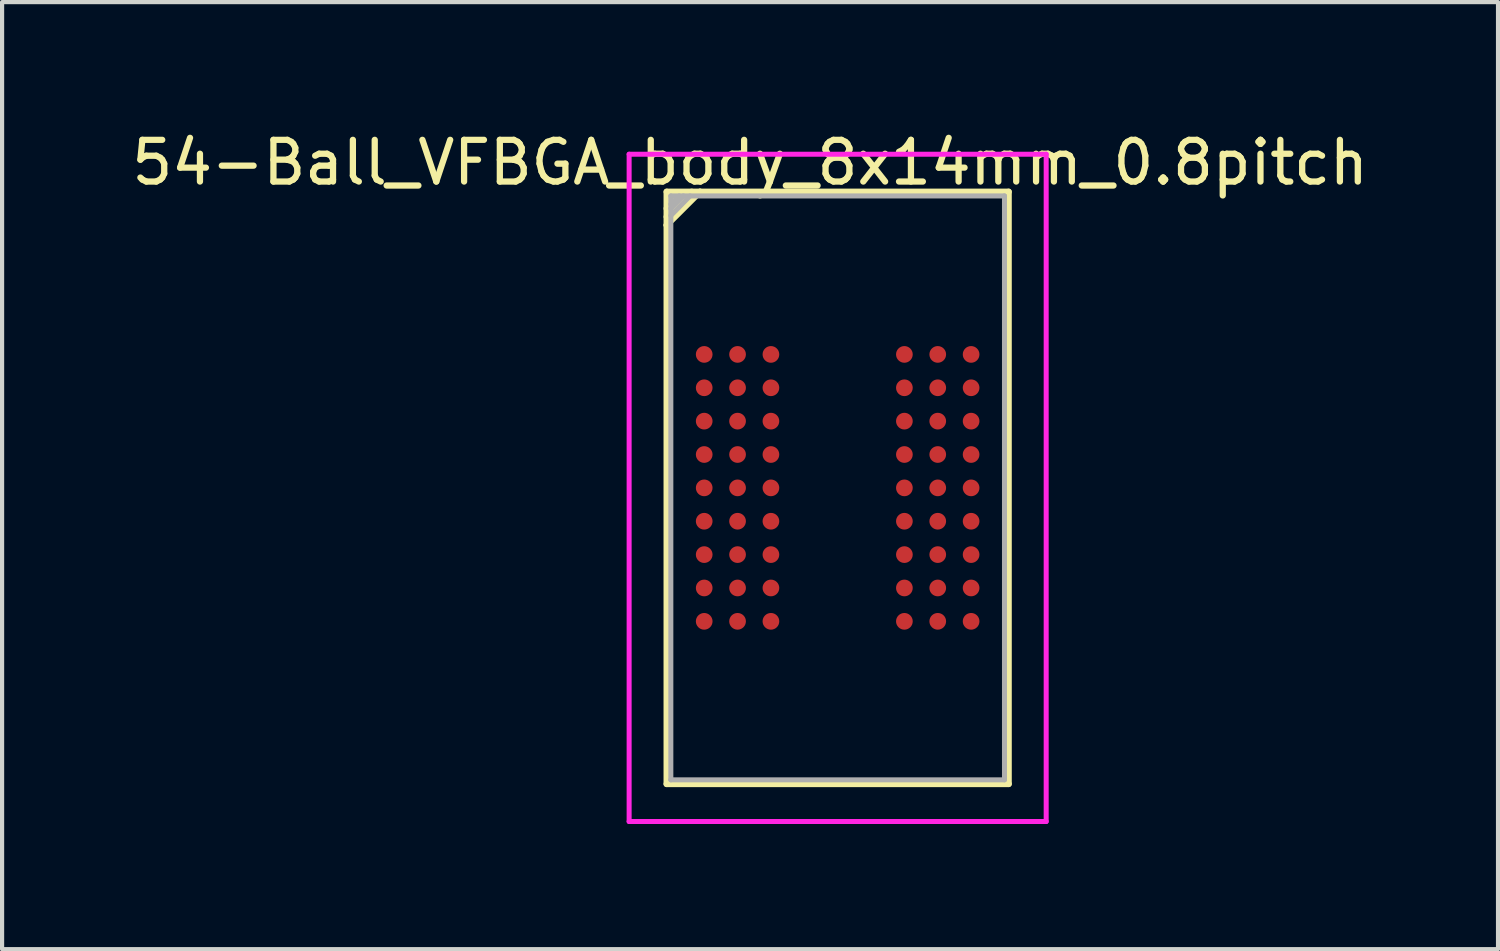
<source format=kicad_pcb>
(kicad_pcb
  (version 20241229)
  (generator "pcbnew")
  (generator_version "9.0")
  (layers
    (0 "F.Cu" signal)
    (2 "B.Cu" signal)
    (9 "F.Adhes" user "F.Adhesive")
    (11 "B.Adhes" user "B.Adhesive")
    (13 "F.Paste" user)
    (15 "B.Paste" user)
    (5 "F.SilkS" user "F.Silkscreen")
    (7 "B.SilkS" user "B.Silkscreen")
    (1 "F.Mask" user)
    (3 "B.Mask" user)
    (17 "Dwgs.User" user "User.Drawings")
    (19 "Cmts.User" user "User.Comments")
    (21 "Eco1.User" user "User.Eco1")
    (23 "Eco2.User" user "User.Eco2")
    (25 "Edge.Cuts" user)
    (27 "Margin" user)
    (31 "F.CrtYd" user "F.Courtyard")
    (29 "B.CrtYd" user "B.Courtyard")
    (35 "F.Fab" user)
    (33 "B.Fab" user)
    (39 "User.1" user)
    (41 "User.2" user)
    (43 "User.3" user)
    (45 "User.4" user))
  (footprint "54-Ball_VFBGA_body_8x14mm_0.8pitch"
    (layer "F.Cu")
    (at 17.035 8.648)
    (property "Reference" "54-Ball_VFBGA_body_8x14mm_0.8pitch" (at -2.1 -7.8 0) (layer "F.SilkS") (effects (font (size 1 1) (thickness 0.15))))
    (attr smd)
    (fp_line (start -4.1 -7.1) (end -3.3 -7.1) (stroke (width 0.15) (type solid)) (layer "F.SilkS"))
    (fp_line (start -4.1 -6.7) (end -3.7 -7) (stroke (width 0.15) (type solid)) (layer "F.SilkS"))
    (fp_line (start -4.1 -6.5) (end -3.5 -7.1) (stroke (width 0.15) (type solid)) (layer "F.SilkS"))
    (fp_line (start -4.1 -6.3) (end -4.1 -7.1) (stroke (width 0.15) (type solid)) (layer "F.SilkS"))
    (fp_line (start -4.1 -6.3) (end -3.3 -7.1) (stroke (width 0.15) (type solid)) (layer "F.SilkS"))
    (fp_line (start -4.1 7.1) (end -4.1 -6.3) (stroke (width 0.15) (type solid)) (layer "F.SilkS"))
    (fp_line (start -3.9 -7) (end -4 -6.9) (stroke (width 0.2) (type solid)) (layer "F.SilkS"))
    (fp_line (start -3.3 -7.1) (end 4.1 -7.1) (stroke (width 0.15) (type solid)) (layer "F.SilkS"))
    (fp_line (start 4.1 -7.1) (end 4.1 7.1) (stroke (width 0.15) (type solid)) (layer "F.SilkS"))
    (fp_line (start 4.1 7.1) (end -4.1 7.1) (stroke (width 0.15) (type solid)) (layer "F.SilkS"))
    (fp_line (start -5 -8) (end 5 -8) (stroke (width 0.12) (type solid)) (layer "F.CrtYd"))
    (fp_line (start -5 8) (end -5 -8) (stroke (width 0.12) (type solid)) (layer "F.CrtYd"))
    (fp_line (start 5 -8) (end 5 8) (stroke (width 0.12) (type solid)) (layer "F.CrtYd"))
    (fp_line (start 5 8) (end -5 8) (stroke (width 0.12) (type solid)) (layer "F.CrtYd"))
    (fp_line (start -4 -7) (end -4 7) (stroke (width 0.12) (type solid)) (layer "F.Fab"))
    (fp_line (start -4 -7) (end 4 -7) (stroke (width 0.12) (type solid)) (layer "F.Fab"))
    (fp_line (start -4 -6.7) (end -3.7 -7) (stroke (width 0.12) (type solid)) (layer "F.Fab"))
    (fp_line (start -4 -6.53) (end -3.54 -7) (stroke (width 0.12) (type solid)) (layer "F.Fab"))
    (fp_line (start -4 7) (end 4 7) (stroke (width 0.12) (type solid)) (layer "F.Fab"))
    (fp_line (start -3.8 -7) (end -4 -6.8) (stroke (width 0.12) (type solid)) (layer "F.Fab"))
    (fp_line (start 4 -7) (end 4 7) (stroke (width 0.12) (type solid)) (layer "F.Fab"))
    (pad "A1" smd circle (at -3.2 -3.2) (size 0.4 0.4) (layers "F.Cu" "F.Mask" "F.Paste"))
    (pad "A2" smd circle (at -2.4 -3.2) (size 0.4 0.4) (layers "F.Cu" "F.Mask" "F.Paste"))
    (pad "A3" smd circle (at -1.6 -3.2) (size 0.4 0.4) (layers "F.Cu" "F.Mask" "F.Paste"))
    (pad "A7" smd circle (at 1.6 -3.2) (size 0.4 0.4) (layers "F.Cu" "F.Mask" "F.Paste"))
    (pad "A8" smd circle (at 2.4 -3.2) (size 0.4 0.4) (layers "F.Cu" "F.Mask" "F.Paste"))
    (pad "A9" smd circle (at 3.2 -3.2) (size 0.4 0.4) (layers "F.Cu" "F.Mask" "F.Paste"))
    (pad "B1" smd circle (at -3.2 -2.4) (size 0.4 0.4) (layers "F.Cu" "F.Mask" "F.Paste"))
    (pad "B2" smd circle (at -2.4 -2.4) (size 0.4 0.4) (layers "F.Cu" "F.Mask" "F.Paste"))
    (pad "B3" smd circle (at -1.6 -2.4) (size 0.4 0.4) (layers "F.Cu" "F.Mask" "F.Paste"))
    (pad "B7" smd circle (at 1.6 -2.4) (size 0.4 0.4) (layers "F.Cu" "F.Mask" "F.Paste"))
    (pad "B8" smd circle (at 2.4 -2.4) (size 0.4 0.4) (layers "F.Cu" "F.Mask" "F.Paste"))
    (pad "B9" smd circle (at 3.2 -2.4) (size 0.4 0.4) (layers "F.Cu" "F.Mask" "F.Paste"))
    (pad "C1" smd circle (at -3.2 -1.6) (size 0.4 0.4) (layers "F.Cu" "F.Mask" "F.Paste"))
    (pad "C2" smd circle (at -2.4 -1.6) (size 0.4 0.4) (layers "F.Cu" "F.Mask" "F.Paste"))
    (pad "C3" smd circle (at -1.6 -1.6) (size 0.4 0.4) (layers "F.Cu" "F.Mask" "F.Paste"))
    (pad "C7" smd circle (at 1.6 -1.6) (size 0.4 0.4) (layers "F.Cu" "F.Mask" "F.Paste"))
    (pad "C8" smd circle (at 2.4 -1.6) (size 0.4 0.4) (layers "F.Cu" "F.Mask" "F.Paste"))
    (pad "C9" smd circle (at 3.2 -1.6) (size 0.4 0.4) (layers "F.Cu" "F.Mask" "F.Paste"))
    (pad "D1" smd circle (at -3.2 -0.8) (size 0.4 0.4) (layers "F.Cu" "F.Mask" "F.Paste"))
    (pad "D2" smd circle (at -2.4 -0.8) (size 0.4 0.4) (layers "F.Cu" "F.Mask" "F.Paste"))
    (pad "D3" smd circle (at -1.6 -0.8) (size 0.4 0.4) (layers "F.Cu" "F.Mask" "F.Paste"))
    (pad "D7" smd circle (at 1.6 -0.8) (size 0.4 0.4) (layers "F.Cu" "F.Mask" "F.Paste"))
    (pad "D8" smd circle (at 2.4 -0.8) (size 0.4 0.4) (layers "F.Cu" "F.Mask" "F.Paste"))
    (pad "D9" smd circle (at 3.2 -0.8) (size 0.4 0.4) (layers "F.Cu" "F.Mask" "F.Paste"))
    (pad "E1" smd circle (at -3.2 0) (size 0.4 0.4) (layers "F.Cu" "F.Mask" "F.Paste"))
    (pad "E2" smd circle (at -2.4 0) (size 0.4 0.4) (layers "F.Cu" "F.Mask" "F.Paste"))
    (pad "E3" smd circle (at -1.6 0) (size 0.4 0.4) (layers "F.Cu" "F.Mask" "F.Paste"))
    (pad "E7" smd circle (at 1.6 0) (size 0.4 0.4) (layers "F.Cu" "F.Mask" "F.Paste"))
    (pad "E8" smd circle (at 2.4 0) (size 0.4 0.4) (layers "F.Cu" "F.Mask" "F.Paste"))
    (pad "E9" smd circle (at 3.2 0) (size 0.4 0.4) (layers "F.Cu" "F.Mask" "F.Paste"))
    (pad "F1" smd circle (at -3.2 0.8) (size 0.4 0.4) (layers "F.Cu" "F.Mask" "F.Paste"))
    (pad "F2" smd circle (at -2.4 0.8) (size 0.4 0.4) (layers "F.Cu" "F.Mask" "F.Paste"))
    (pad "F3" smd circle (at -1.6 0.8) (size 0.4 0.4) (layers "F.Cu" "F.Mask" "F.Paste"))
    (pad "F7" smd circle (at 1.6 0.8) (size 0.4 0.4) (layers "F.Cu" "F.Mask" "F.Paste"))
    (pad "F8" smd circle (at 2.4 0.8) (size 0.4 0.4) (layers "F.Cu" "F.Mask" "F.Paste"))
    (pad "F9" smd circle (at 3.2 0.8) (size 0.4 0.4) (layers "F.Cu" "F.Mask" "F.Paste"))
    (pad "G1" smd circle (at -3.2 1.6) (size 0.4 0.4) (layers "F.Cu" "F.Mask" "F.Paste"))
    (pad "G2" smd circle (at -2.4 1.6) (size 0.4 0.4) (layers "F.Cu" "F.Mask" "F.Paste"))
    (pad "G3" smd circle (at -1.6 1.6) (size 0.4 0.4) (layers "F.Cu" "F.Mask" "F.Paste"))
    (pad "G7" smd circle (at 1.6 1.6) (size 0.4 0.4) (layers "F.Cu" "F.Mask" "F.Paste"))
    (pad "G8" smd circle (at 2.4 1.6) (size 0.4 0.4) (layers "F.Cu" "F.Mask" "F.Paste"))
    (pad "G9" smd circle (at 3.2 1.6) (size 0.4 0.4) (layers "F.Cu" "F.Mask" "F.Paste"))
    (pad "H1" smd circle (at -3.2 2.4) (size 0.4 0.4) (layers "F.Cu" "F.Mask" "F.Paste"))
    (pad "H2" smd circle (at -2.4 2.4) (size 0.4 0.4) (layers "F.Cu" "F.Mask" "F.Paste"))
    (pad "H3" smd circle (at -1.6 2.4) (size 0.4 0.4) (layers "F.Cu" "F.Mask" "F.Paste"))
    (pad "H7" smd circle (at 1.6 2.4) (size 0.4 0.4) (layers "F.Cu" "F.Mask" "F.Paste"))
    (pad "H8" smd circle (at 2.4 2.4) (size 0.4 0.4) (layers "F.Cu" "F.Mask" "F.Paste"))
    (pad "H9" smd circle (at 3.2 2.4) (size 0.4 0.4) (layers "F.Cu" "F.Mask" "F.Paste"))
    (pad "J1" smd circle (at -3.2 3.2) (size 0.4 0.4) (layers "F.Cu" "F.Mask" "F.Paste"))
    (pad "J2" smd circle (at -2.4 3.2) (size 0.4 0.4) (layers "F.Cu" "F.Mask" "F.Paste"))
    (pad "J3" smd circle (at -1.6 3.2) (size 0.4 0.4) (layers "F.Cu" "F.Mask" "F.Paste"))
    (pad "J7" smd circle (at 1.6 3.2) (size 0.4 0.4) (layers "F.Cu" "F.Mask" "F.Paste"))
    (pad "J8" smd circle (at 2.4 3.2) (size 0.4 0.4) (layers "F.Cu" "F.Mask" "F.Paste"))
    (pad "J9" smd circle (at 3.2 3.2) (size 0.4 0.4) (layers "F.Cu" "F.Mask" "F.Paste")))
  (gr_rect
    (start -3 -3)
    (end 32.869 19.708)
    (stroke (width 0.1) (type default))
    (fill no)
    (layer "Edge.Cuts")))
</source>
